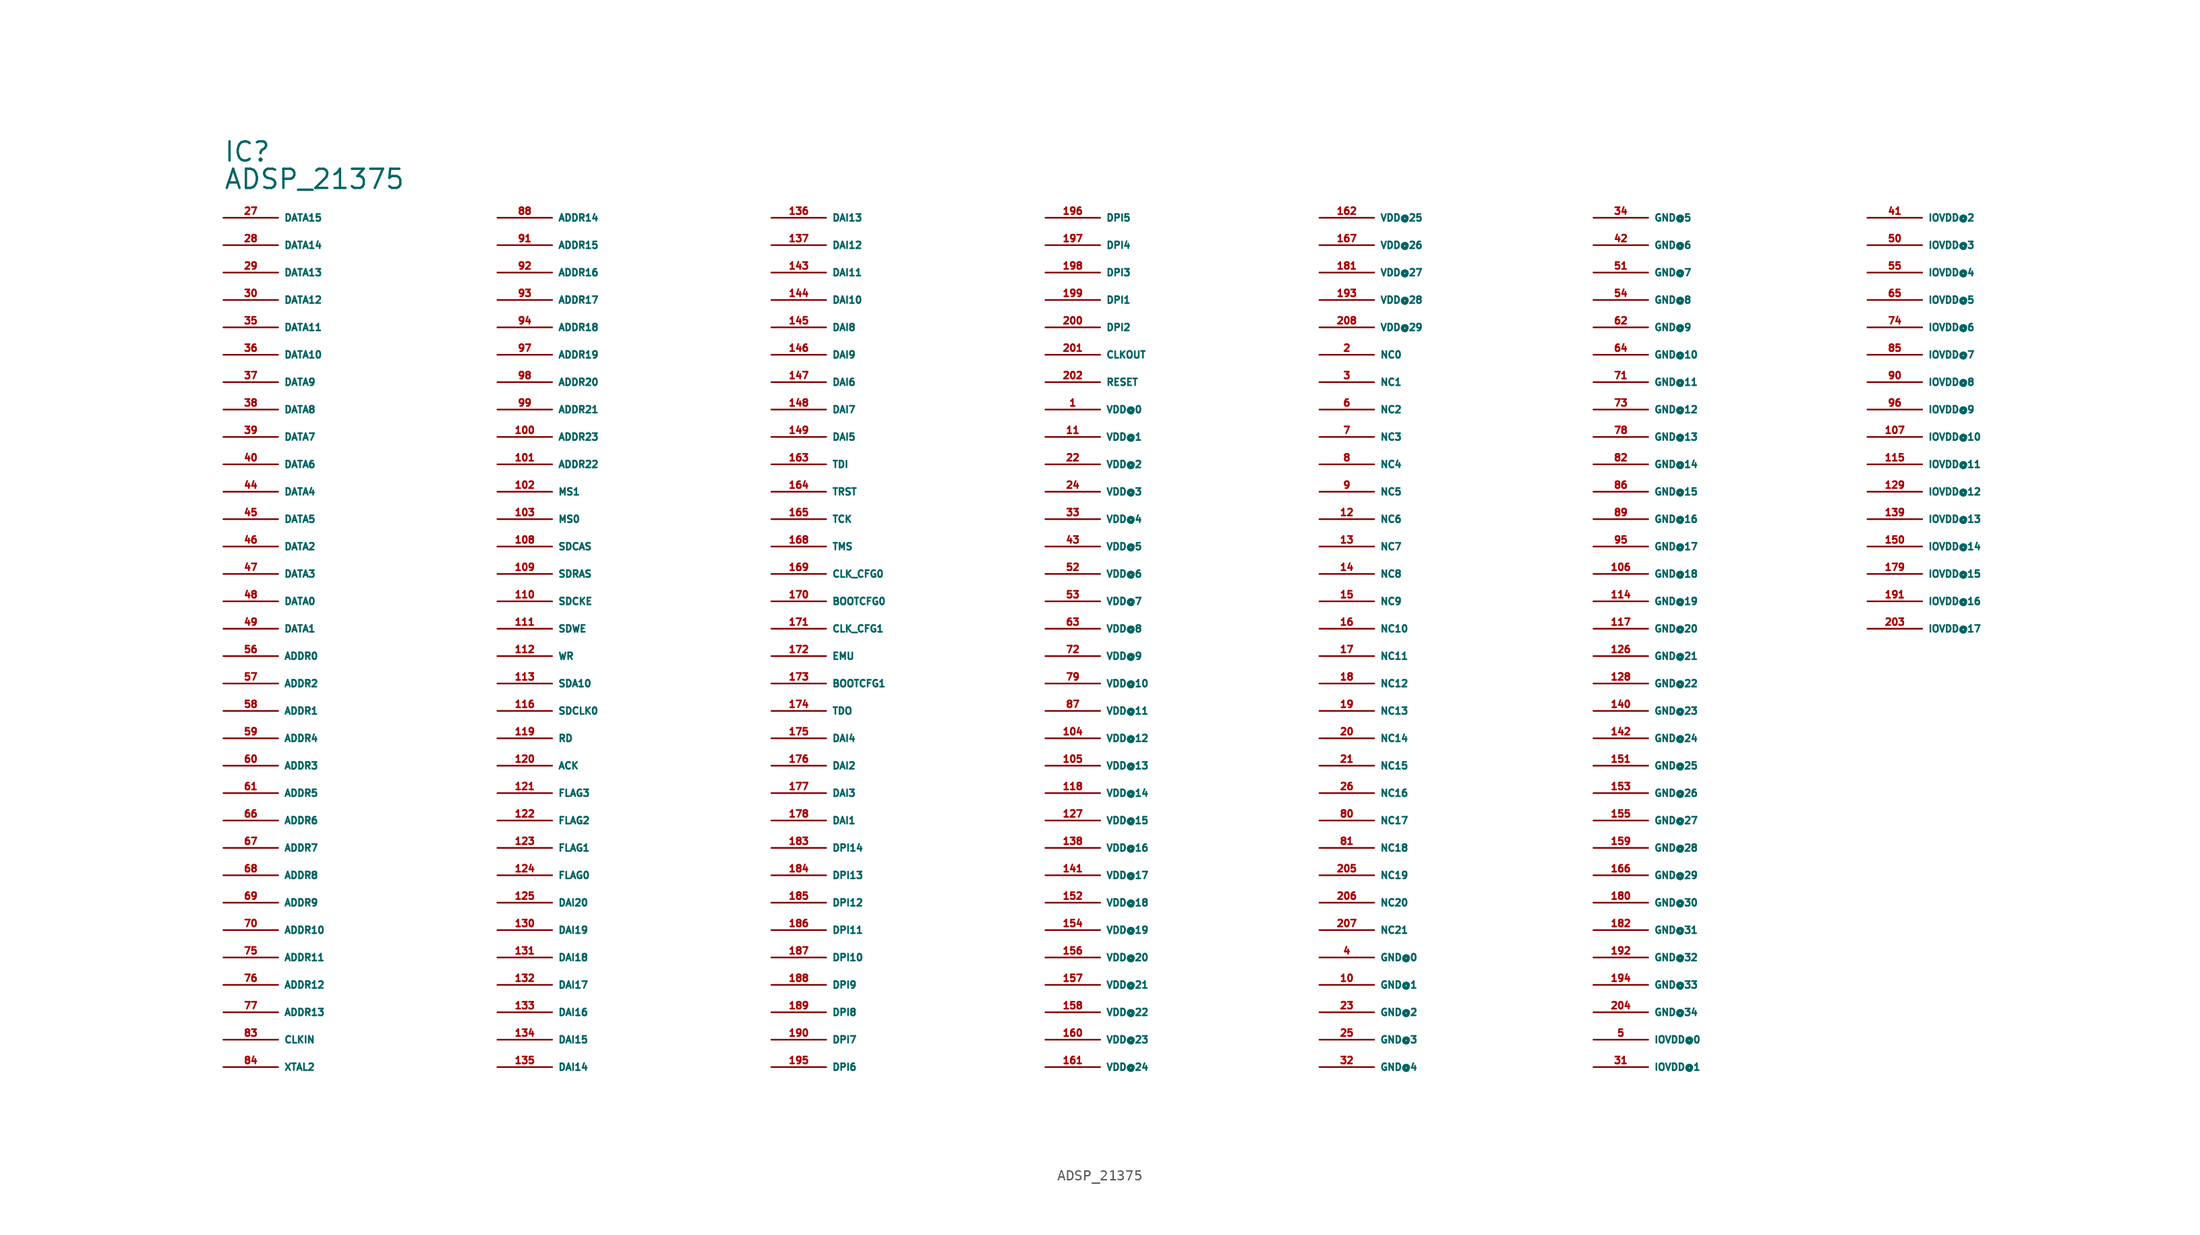
<source format=kicad_sym>
(kicad_symbol_lib
  (version 20220914)
  (generator Eagle2Kicad)
  (symbol "ADSP_21375"
    (property "Reference" "IC"
      (at -81.28 45.72 0)
      (effects (font (size 1.778 1.778) (thickness 0.22)) (justify left bottom)))
    (property "Value" "ADSP_21375"
      (at -81.28 43.18 0)
      (effects (font (size 1.778 1.778) (thickness 0.22)) (justify left bottom)))
    (pin bidirectional line
      (at -81.28 40.64 0)
      (length 5.08)
      (name "DATA15" (effects (font (size 0.635 0.635) (thickness 0.08)) (justify left bottom)))
      (number "27" (effects (font (size 0.635 0.635) (thickness 0.08)) (justify left bottom))))
    (pin bidirectional line
      (at -81.28 38.1 0)
      (length 5.08)
      (name "DATA14" (effects (font (size 0.635 0.635) (thickness 0.08)) (justify left bottom)))
      (number "28" (effects (font (size 0.635 0.635) (thickness 0.08)) (justify left bottom))))
    (pin bidirectional line
      (at -81.28 35.56 0)
      (length 5.08)
      (name "DATA13" (effects (font (size 0.635 0.635) (thickness 0.08)) (justify left bottom)))
      (number "29" (effects (font (size 0.635 0.635) (thickness 0.08)) (justify left bottom))))
    (pin bidirectional line
      (at -81.28 33.02 0)
      (length 5.08)
      (name "DATA12" (effects (font (size 0.635 0.635) (thickness 0.08)) (justify left bottom)))
      (number "30" (effects (font (size 0.635 0.635) (thickness 0.08)) (justify left bottom))))
    (pin bidirectional line
      (at -81.28 30.48 0)
      (length 5.08)
      (name "DATA11" (effects (font (size 0.635 0.635) (thickness 0.08)) (justify left bottom)))
      (number "35" (effects (font (size 0.635 0.635) (thickness 0.08)) (justify left bottom))))
    (pin bidirectional line
      (at -81.28 27.94 0)
      (length 5.08)
      (name "DATA10" (effects (font (size 0.635 0.635) (thickness 0.08)) (justify left bottom)))
      (number "36" (effects (font (size 0.635 0.635) (thickness 0.08)) (justify left bottom))))
    (pin bidirectional line
      (at -81.28 25.4 0)
      (length 5.08)
      (name "DATA9" (effects (font (size 0.635 0.635) (thickness 0.08)) (justify left bottom)))
      (number "37" (effects (font (size 0.635 0.635) (thickness 0.08)) (justify left bottom))))
    (pin bidirectional line
      (at -81.28 22.86 0)
      (length 5.08)
      (name "DATA8" (effects (font (size 0.635 0.635) (thickness 0.08)) (justify left bottom)))
      (number "38" (effects (font (size 0.635 0.635) (thickness 0.08)) (justify left bottom))))
    (pin bidirectional line
      (at -81.28 20.32 0)
      (length 5.08)
      (name "DATA7" (effects (font (size 0.635 0.635) (thickness 0.08)) (justify left bottom)))
      (number "39" (effects (font (size 0.635 0.635) (thickness 0.08)) (justify left bottom))))
    (pin bidirectional line
      (at -81.28 17.78 0)
      (length 5.08)
      (name "DATA6" (effects (font (size 0.635 0.635) (thickness 0.08)) (justify left bottom)))
      (number "40" (effects (font (size 0.635 0.635) (thickness 0.08)) (justify left bottom))))
    (pin bidirectional line
      (at -81.28 15.24 0)
      (length 5.08)
      (name "DATA4" (effects (font (size 0.635 0.635) (thickness 0.08)) (justify left bottom)))
      (number "44" (effects (font (size 0.635 0.635) (thickness 0.08)) (justify left bottom))))
    (pin bidirectional line
      (at -81.28 12.7 0)
      (length 5.08)
      (name "DATA5" (effects (font (size 0.635 0.635) (thickness 0.08)) (justify left bottom)))
      (number "45" (effects (font (size 0.635 0.635) (thickness 0.08)) (justify left bottom))))
    (pin bidirectional line
      (at -81.28 10.16 0)
      (length 5.08)
      (name "DATA2" (effects (font (size 0.635 0.635) (thickness 0.08)) (justify left bottom)))
      (number "46" (effects (font (size 0.635 0.635) (thickness 0.08)) (justify left bottom))))
    (pin bidirectional line
      (at -81.28 7.62 0)
      (length 5.08)
      (name "DATA3" (effects (font (size 0.635 0.635) (thickness 0.08)) (justify left bottom)))
      (number "47" (effects (font (size 0.635 0.635) (thickness 0.08)) (justify left bottom))))
    (pin bidirectional line
      (at -81.28 5.08 0)
      (length 5.08)
      (name "DATA0" (effects (font (size 0.635 0.635) (thickness 0.08)) (justify left bottom)))
      (number "48" (effects (font (size 0.635 0.635) (thickness 0.08)) (justify left bottom))))
    (pin bidirectional line
      (at -81.28 2.54 0)
      (length 5.08)
      (name "DATA1" (effects (font (size 0.635 0.635) (thickness 0.08)) (justify left bottom)))
      (number "49" (effects (font (size 0.635 0.635) (thickness 0.08)) (justify left bottom))))
    (pin output line
      (at -81.28 0 0)
      (length 5.08)
      (name "ADDR0" (effects (font (size 0.635 0.635) (thickness 0.08)) (justify left bottom)))
      (number "56" (effects (font (size 0.635 0.635) (thickness 0.08)) (justify left bottom))))
    (pin output line
      (at -81.28 -2.54 0)
      (length 5.08)
      (name "ADDR2" (effects (font (size 0.635 0.635) (thickness 0.08)) (justify left bottom)))
      (number "57" (effects (font (size 0.635 0.635) (thickness 0.08)) (justify left bottom))))
    (pin output line
      (at -81.28 -5.08 0)
      (length 5.08)
      (name "ADDR1" (effects (font (size 0.635 0.635) (thickness 0.08)) (justify left bottom)))
      (number "58" (effects (font (size 0.635 0.635) (thickness 0.08)) (justify left bottom))))
    (pin output line
      (at -81.28 -7.62 0)
      (length 5.08)
      (name "ADDR4" (effects (font (size 0.635 0.635) (thickness 0.08)) (justify left bottom)))
      (number "59" (effects (font (size 0.635 0.635) (thickness 0.08)) (justify left bottom))))
    (pin output line
      (at -81.28 -10.16 0)
      (length 5.08)
      (name "ADDR3" (effects (font (size 0.635 0.635) (thickness 0.08)) (justify left bottom)))
      (number "60" (effects (font (size 0.635 0.635) (thickness 0.08)) (justify left bottom))))
    (pin output line
      (at -81.28 -12.7 0)
      (length 5.08)
      (name "ADDR5" (effects (font (size 0.635 0.635) (thickness 0.08)) (justify left bottom)))
      (number "61" (effects (font (size 0.635 0.635) (thickness 0.08)) (justify left bottom))))
    (pin output line
      (at -81.28 -15.24 0)
      (length 5.08)
      (name "ADDR6" (effects (font (size 0.635 0.635) (thickness 0.08)) (justify left bottom)))
      (number "66" (effects (font (size 0.635 0.635) (thickness 0.08)) (justify left bottom))))
    (pin output line
      (at -81.28 -17.78 0)
      (length 5.08)
      (name "ADDR7" (effects (font (size 0.635 0.635) (thickness 0.08)) (justify left bottom)))
      (number "67" (effects (font (size 0.635 0.635) (thickness 0.08)) (justify left bottom))))
    (pin output line
      (at -81.28 -20.32 0)
      (length 5.08)
      (name "ADDR8" (effects (font (size 0.635 0.635) (thickness 0.08)) (justify left bottom)))
      (number "68" (effects (font (size 0.635 0.635) (thickness 0.08)) (justify left bottom))))
    (pin output line
      (at -81.28 -22.86 0)
      (length 5.08)
      (name "ADDR9" (effects (font (size 0.635 0.635) (thickness 0.08)) (justify left bottom)))
      (number "69" (effects (font (size 0.635 0.635) (thickness 0.08)) (justify left bottom))))
    (pin output line
      (at -81.28 -25.4 0)
      (length 5.08)
      (name "ADDR10" (effects (font (size 0.635 0.635) (thickness 0.08)) (justify left bottom)))
      (number "70" (effects (font (size 0.635 0.635) (thickness 0.08)) (justify left bottom))))
    (pin output line
      (at -81.28 -27.94 0)
      (length 5.08)
      (name "ADDR11" (effects (font (size 0.635 0.635) (thickness 0.08)) (justify left bottom)))
      (number "75" (effects (font (size 0.635 0.635) (thickness 0.08)) (justify left bottom))))
    (pin output line
      (at -81.28 -30.48 0)
      (length 5.08)
      (name "ADDR12" (effects (font (size 0.635 0.635) (thickness 0.08)) (justify left bottom)))
      (number "76" (effects (font (size 0.635 0.635) (thickness 0.08)) (justify left bottom))))
    (pin output line
      (at -81.28 -33.02 0)
      (length 5.08)
      (name "ADDR13" (effects (font (size 0.635 0.635) (thickness 0.08)) (justify left bottom)))
      (number "77" (effects (font (size 0.635 0.635) (thickness 0.08)) (justify left bottom))))
    (pin input line
      (at -81.28 -35.56 0)
      (length 5.08)
      (name "CLKIN" (effects (font (size 0.635 0.635) (thickness 0.08)) (justify left bottom)))
      (number "83" (effects (font (size 0.635 0.635) (thickness 0.08)) (justify left bottom))))
    (pin output line
      (at -81.28 -38.1 0)
      (length 5.08)
      (name "XTAL2" (effects (font (size 0.635 0.635) (thickness 0.08)) (justify left bottom)))
      (number "84" (effects (font (size 0.635 0.635) (thickness 0.08)) (justify left bottom))))
    (pin output line
      (at -55.88 40.64 0)
      (length 5.08)
      (name "ADDR14" (effects (font (size 0.635 0.635) (thickness 0.08)) (justify left bottom)))
      (number "88" (effects (font (size 0.635 0.635) (thickness 0.08)) (justify left bottom))))
    (pin output line
      (at -55.88 38.1 0)
      (length 5.08)
      (name "ADDR15" (effects (font (size 0.635 0.635) (thickness 0.08)) (justify left bottom)))
      (number "91" (effects (font (size 0.635 0.635) (thickness 0.08)) (justify left bottom))))
    (pin output line
      (at -55.88 35.56 0)
      (length 5.08)
      (name "ADDR16" (effects (font (size 0.635 0.635) (thickness 0.08)) (justify left bottom)))
      (number "92" (effects (font (size 0.635 0.635) (thickness 0.08)) (justify left bottom))))
    (pin output line
      (at -55.88 33.02 0)
      (length 5.08)
      (name "ADDR17" (effects (font (size 0.635 0.635) (thickness 0.08)) (justify left bottom)))
      (number "93" (effects (font (size 0.635 0.635) (thickness 0.08)) (justify left bottom))))
    (pin output line
      (at -55.88 30.48 0)
      (length 5.08)
      (name "ADDR18" (effects (font (size 0.635 0.635) (thickness 0.08)) (justify left bottom)))
      (number "94" (effects (font (size 0.635 0.635) (thickness 0.08)) (justify left bottom))))
    (pin output line
      (at -55.88 27.94 0)
      (length 5.08)
      (name "ADDR19" (effects (font (size 0.635 0.635) (thickness 0.08)) (justify left bottom)))
      (number "97" (effects (font (size 0.635 0.635) (thickness 0.08)) (justify left bottom))))
    (pin output line
      (at -55.88 25.4 0)
      (length 5.08)
      (name "ADDR20" (effects (font (size 0.635 0.635) (thickness 0.08)) (justify left bottom)))
      (number "98" (effects (font (size 0.635 0.635) (thickness 0.08)) (justify left bottom))))
    (pin output line
      (at -55.88 22.86 0)
      (length 5.08)
      (name "ADDR21" (effects (font (size 0.635 0.635) (thickness 0.08)) (justify left bottom)))
      (number "99" (effects (font (size 0.635 0.635) (thickness 0.08)) (justify left bottom))))
    (pin output line
      (at -55.88 20.32 0)
      (length 5.08)
      (name "ADDR23" (effects (font (size 0.635 0.635) (thickness 0.08)) (justify left bottom)))
      (number "100" (effects (font (size 0.635 0.635) (thickness 0.08)) (justify left bottom))))
    (pin output line
      (at -55.88 17.78 0)
      (length 5.08)
      (name "ADDR22" (effects (font (size 0.635 0.635) (thickness 0.08)) (justify left bottom)))
      (number "101" (effects (font (size 0.635 0.635) (thickness 0.08)) (justify left bottom))))
    (pin output line
      (at -55.88 15.24 0)
      (length 5.08)
      (name "MS1" (effects (font (size 0.635 0.635) (thickness 0.08)) (justify left bottom)))
      (number "102" (effects (font (size 0.635 0.635) (thickness 0.08)) (justify left bottom))))
    (pin output line
      (at -55.88 12.7 0)
      (length 5.08)
      (name "MS0" (effects (font (size 0.635 0.635) (thickness 0.08)) (justify left bottom)))
      (number "103" (effects (font (size 0.635 0.635) (thickness 0.08)) (justify left bottom))))
    (pin output line
      (at -55.88 10.16 0)
      (length 5.08)
      (name "SDCAS" (effects (font (size 0.635 0.635) (thickness 0.08)) (justify left bottom)))
      (number "108" (effects (font (size 0.635 0.635) (thickness 0.08)) (justify left bottom))))
    (pin output line
      (at -55.88 7.62 0)
      (length 5.08)
      (name "SDRAS" (effects (font (size 0.635 0.635) (thickness 0.08)) (justify left bottom)))
      (number "109" (effects (font (size 0.635 0.635) (thickness 0.08)) (justify left bottom))))
    (pin output line
      (at -55.88 5.08 0)
      (length 5.08)
      (name "SDCKE" (effects (font (size 0.635 0.635) (thickness 0.08)) (justify left bottom)))
      (number "110" (effects (font (size 0.635 0.635) (thickness 0.08)) (justify left bottom))))
    (pin output line
      (at -55.88 2.54 0)
      (length 5.08)
      (name "SDWE" (effects (font (size 0.635 0.635) (thickness 0.08)) (justify left bottom)))
      (number "111" (effects (font (size 0.635 0.635) (thickness 0.08)) (justify left bottom))))
    (pin output line
      (at -55.88 0 0)
      (length 5.08)
      (name "WR" (effects (font (size 0.635 0.635) (thickness 0.08)) (justify left bottom)))
      (number "112" (effects (font (size 0.635 0.635) (thickness 0.08)) (justify left bottom))))
    (pin output line
      (at -55.88 -2.54 0)
      (length 5.08)
      (name "SDA10" (effects (font (size 0.635 0.635) (thickness 0.08)) (justify left bottom)))
      (number "113" (effects (font (size 0.635 0.635) (thickness 0.08)) (justify left bottom))))
    (pin output line
      (at -55.88 -5.08 0)
      (length 5.08)
      (name "SDCLK0" (effects (font (size 0.635 0.635) (thickness 0.08)) (justify left bottom)))
      (number "116" (effects (font (size 0.635 0.635) (thickness 0.08)) (justify left bottom))))
    (pin output line
      (at -55.88 -7.62 0)
      (length 5.08)
      (name "RD" (effects (font (size 0.635 0.635) (thickness 0.08)) (justify left bottom)))
      (number "119" (effects (font (size 0.635 0.635) (thickness 0.08)) (justify left bottom))))
    (pin input line
      (at -55.88 -10.16 0)
      (length 5.08)
      (name "ACK" (effects (font (size 0.635 0.635) (thickness 0.08)) (justify left bottom)))
      (number "120" (effects (font (size 0.635 0.635) (thickness 0.08)) (justify left bottom))))
    (pin bidirectional line
      (at -55.88 -12.7 0)
      (length 5.08)
      (name "FLAG3" (effects (font (size 0.635 0.635) (thickness 0.08)) (justify left bottom)))
      (number "121" (effects (font (size 0.635 0.635) (thickness 0.08)) (justify left bottom))))
    (pin bidirectional line
      (at -55.88 -15.24 0)
      (length 5.08)
      (name "FLAG2" (effects (font (size 0.635 0.635) (thickness 0.08)) (justify left bottom)))
      (number "122" (effects (font (size 0.635 0.635) (thickness 0.08)) (justify left bottom))))
    (pin bidirectional line
      (at -55.88 -17.78 0)
      (length 5.08)
      (name "FLAG1" (effects (font (size 0.635 0.635) (thickness 0.08)) (justify left bottom)))
      (number "123" (effects (font (size 0.635 0.635) (thickness 0.08)) (justify left bottom))))
    (pin bidirectional line
      (at -55.88 -20.32 0)
      (length 5.08)
      (name "FLAG0" (effects (font (size 0.635 0.635) (thickness 0.08)) (justify left bottom)))
      (number "124" (effects (font (size 0.635 0.635) (thickness 0.08)) (justify left bottom))))
    (pin bidirectional line
      (at -55.88 -22.86 0)
      (length 5.08)
      (name "DAI20" (effects (font (size 0.635 0.635) (thickness 0.08)) (justify left bottom)))
      (number "125" (effects (font (size 0.635 0.635) (thickness 0.08)) (justify left bottom))))
    (pin bidirectional line
      (at -55.88 -25.4 0)
      (length 5.08)
      (name "DAI19" (effects (font (size 0.635 0.635) (thickness 0.08)) (justify left bottom)))
      (number "130" (effects (font (size 0.635 0.635) (thickness 0.08)) (justify left bottom))))
    (pin bidirectional line
      (at -55.88 -27.94 0)
      (length 5.08)
      (name "DAI18" (effects (font (size 0.635 0.635) (thickness 0.08)) (justify left bottom)))
      (number "131" (effects (font (size 0.635 0.635) (thickness 0.08)) (justify left bottom))))
    (pin bidirectional line
      (at -55.88 -30.48 0)
      (length 5.08)
      (name "DAI17" (effects (font (size 0.635 0.635) (thickness 0.08)) (justify left bottom)))
      (number "132" (effects (font (size 0.635 0.635) (thickness 0.08)) (justify left bottom))))
    (pin bidirectional line
      (at -55.88 -33.02 0)
      (length 5.08)
      (name "DAI16" (effects (font (size 0.635 0.635) (thickness 0.08)) (justify left bottom)))
      (number "133" (effects (font (size 0.635 0.635) (thickness 0.08)) (justify left bottom))))
    (pin bidirectional line
      (at -55.88 -35.56 0)
      (length 5.08)
      (name "DAI15" (effects (font (size 0.635 0.635) (thickness 0.08)) (justify left bottom)))
      (number "134" (effects (font (size 0.635 0.635) (thickness 0.08)) (justify left bottom))))
    (pin bidirectional line
      (at -55.88 -38.1 0)
      (length 5.08)
      (name "DAI14" (effects (font (size 0.635 0.635) (thickness 0.08)) (justify left bottom)))
      (number "135" (effects (font (size 0.635 0.635) (thickness 0.08)) (justify left bottom))))
    (pin bidirectional line
      (at -30.48 40.64 0)
      (length 5.08)
      (name "DAI13" (effects (font (size 0.635 0.635) (thickness 0.08)) (justify left bottom)))
      (number "136" (effects (font (size 0.635 0.635) (thickness 0.08)) (justify left bottom))))
    (pin bidirectional line
      (at -30.48 38.1 0)
      (length 5.08)
      (name "DAI12" (effects (font (size 0.635 0.635) (thickness 0.08)) (justify left bottom)))
      (number "137" (effects (font (size 0.635 0.635) (thickness 0.08)) (justify left bottom))))
    (pin bidirectional line
      (at -30.48 35.56 0)
      (length 5.08)
      (name "DAI11" (effects (font (size 0.635 0.635) (thickness 0.08)) (justify left bottom)))
      (number "143" (effects (font (size 0.635 0.635) (thickness 0.08)) (justify left bottom))))
    (pin bidirectional line
      (at -30.48 33.02 0)
      (length 5.08)
      (name "DAI10" (effects (font (size 0.635 0.635) (thickness 0.08)) (justify left bottom)))
      (number "144" (effects (font (size 0.635 0.635) (thickness 0.08)) (justify left bottom))))
    (pin bidirectional line
      (at -30.48 30.48 0)
      (length 5.08)
      (name "DAI8" (effects (font (size 0.635 0.635) (thickness 0.08)) (justify left bottom)))
      (number "145" (effects (font (size 0.635 0.635) (thickness 0.08)) (justify left bottom))))
    (pin bidirectional line
      (at -30.48 27.94 0)
      (length 5.08)
      (name "DAI9" (effects (font (size 0.635 0.635) (thickness 0.08)) (justify left bottom)))
      (number "146" (effects (font (size 0.635 0.635) (thickness 0.08)) (justify left bottom))))
    (pin bidirectional line
      (at -30.48 25.4 0)
      (length 5.08)
      (name "DAI6" (effects (font (size 0.635 0.635) (thickness 0.08)) (justify left bottom)))
      (number "147" (effects (font (size 0.635 0.635) (thickness 0.08)) (justify left bottom))))
    (pin bidirectional line
      (at -30.48 22.86 0)
      (length 5.08)
      (name "DAI7" (effects (font (size 0.635 0.635) (thickness 0.08)) (justify left bottom)))
      (number "148" (effects (font (size 0.635 0.635) (thickness 0.08)) (justify left bottom))))
    (pin bidirectional line
      (at -30.48 20.32 0)
      (length 5.08)
      (name "DAI5" (effects (font (size 0.635 0.635) (thickness 0.08)) (justify left bottom)))
      (number "149" (effects (font (size 0.635 0.635) (thickness 0.08)) (justify left bottom))))
    (pin input line
      (at -30.48 17.78 0)
      (length 5.08)
      (name "TDI" (effects (font (size 0.635 0.635) (thickness 0.08)) (justify left bottom)))
      (number "163" (effects (font (size 0.635 0.635) (thickness 0.08)) (justify left bottom))))
    (pin input line
      (at -30.48 15.24 0)
      (length 5.08)
      (name "TRST" (effects (font (size 0.635 0.635) (thickness 0.08)) (justify left bottom)))
      (number "164" (effects (font (size 0.635 0.635) (thickness 0.08)) (justify left bottom))))
    (pin input line
      (at -30.48 12.7 0)
      (length 5.08)
      (name "TCK" (effects (font (size 0.635 0.635) (thickness 0.08)) (justify left bottom)))
      (number "165" (effects (font (size 0.635 0.635) (thickness 0.08)) (justify left bottom))))
    (pin input line
      (at -30.48 10.16 0)
      (length 5.08)
      (name "TMS" (effects (font (size 0.635 0.635) (thickness 0.08)) (justify left bottom)))
      (number "168" (effects (font (size 0.635 0.635) (thickness 0.08)) (justify left bottom))))
    (pin input line
      (at -30.48 7.62 0)
      (length 5.08)
      (name "CLK_CFG0" (effects (font (size 0.635 0.635) (thickness 0.08)) (justify left bottom)))
      (number "169" (effects (font (size 0.635 0.635) (thickness 0.08)) (justify left bottom))))
    (pin input line
      (at -30.48 5.08 0)
      (length 5.08)
      (name "BOOTCFG0" (effects (font (size 0.635 0.635) (thickness 0.08)) (justify left bottom)))
      (number "170" (effects (font (size 0.635 0.635) (thickness 0.08)) (justify left bottom))))
    (pin input line
      (at -30.48 2.54 0)
      (length 5.08)
      (name "CLK_CFG1" (effects (font (size 0.635 0.635) (thickness 0.08)) (justify left bottom)))
      (number "171" (effects (font (size 0.635 0.635) (thickness 0.08)) (justify left bottom))))
    (pin output line
      (at -30.48 0 0)
      (length 5.08)
      (name "EMU" (effects (font (size 0.635 0.635) (thickness 0.08)) (justify left bottom)))
      (number "172" (effects (font (size 0.635 0.635) (thickness 0.08)) (justify left bottom))))
    (pin input line
      (at -30.48 -2.54 0)
      (length 5.08)
      (name "BOOTCFG1" (effects (font (size 0.635 0.635) (thickness 0.08)) (justify left bottom)))
      (number "173" (effects (font (size 0.635 0.635) (thickness 0.08)) (justify left bottom))))
    (pin output line
      (at -30.48 -5.08 0)
      (length 5.08)
      (name "TDO" (effects (font (size 0.635 0.635) (thickness 0.08)) (justify left bottom)))
      (number "174" (effects (font (size 0.635 0.635) (thickness 0.08)) (justify left bottom))))
    (pin bidirectional line
      (at -30.48 -7.62 0)
      (length 5.08)
      (name "DAI4" (effects (font (size 0.635 0.635) (thickness 0.08)) (justify left bottom)))
      (number "175" (effects (font (size 0.635 0.635) (thickness 0.08)) (justify left bottom))))
    (pin bidirectional line
      (at -30.48 -10.16 0)
      (length 5.08)
      (name "DAI2" (effects (font (size 0.635 0.635) (thickness 0.08)) (justify left bottom)))
      (number "176" (effects (font (size 0.635 0.635) (thickness 0.08)) (justify left bottom))))
    (pin bidirectional line
      (at -30.48 -12.7 0)
      (length 5.08)
      (name "DAI3" (effects (font (size 0.635 0.635) (thickness 0.08)) (justify left bottom)))
      (number "177" (effects (font (size 0.635 0.635) (thickness 0.08)) (justify left bottom))))
    (pin bidirectional line
      (at -30.48 -15.24 0)
      (length 5.08)
      (name "DAI1" (effects (font (size 0.635 0.635) (thickness 0.08)) (justify left bottom)))
      (number "178" (effects (font (size 0.635 0.635) (thickness 0.08)) (justify left bottom))))
    (pin bidirectional line
      (at -30.48 -17.78 0)
      (length 5.08)
      (name "DPI14" (effects (font (size 0.635 0.635) (thickness 0.08)) (justify left bottom)))
      (number "183" (effects (font (size 0.635 0.635) (thickness 0.08)) (justify left bottom))))
    (pin bidirectional line
      (at -30.48 -20.32 0)
      (length 5.08)
      (name "DPI13" (effects (font (size 0.635 0.635) (thickness 0.08)) (justify left bottom)))
      (number "184" (effects (font (size 0.635 0.635) (thickness 0.08)) (justify left bottom))))
    (pin bidirectional line
      (at -30.48 -22.86 0)
      (length 5.08)
      (name "DPI12" (effects (font (size 0.635 0.635) (thickness 0.08)) (justify left bottom)))
      (number "185" (effects (font (size 0.635 0.635) (thickness 0.08)) (justify left bottom))))
    (pin bidirectional line
      (at -30.48 -25.4 0)
      (length 5.08)
      (name "DPI11" (effects (font (size 0.635 0.635) (thickness 0.08)) (justify left bottom)))
      (number "186" (effects (font (size 0.635 0.635) (thickness 0.08)) (justify left bottom))))
    (pin bidirectional line
      (at -30.48 -27.94 0)
      (length 5.08)
      (name "DPI10" (effects (font (size 0.635 0.635) (thickness 0.08)) (justify left bottom)))
      (number "187" (effects (font (size 0.635 0.635) (thickness 0.08)) (justify left bottom))))
    (pin bidirectional line
      (at -30.48 -30.48 0)
      (length 5.08)
      (name "DPI9" (effects (font (size 0.635 0.635) (thickness 0.08)) (justify left bottom)))
      (number "188" (effects (font (size 0.635 0.635) (thickness 0.08)) (justify left bottom))))
    (pin bidirectional line
      (at -30.48 -33.02 0)
      (length 5.08)
      (name "DPI8" (effects (font (size 0.635 0.635) (thickness 0.08)) (justify left bottom)))
      (number "189" (effects (font (size 0.635 0.635) (thickness 0.08)) (justify left bottom))))
    (pin bidirectional line
      (at -30.48 -35.56 0)
      (length 5.08)
      (name "DPI7" (effects (font (size 0.635 0.635) (thickness 0.08)) (justify left bottom)))
      (number "190" (effects (font (size 0.635 0.635) (thickness 0.08)) (justify left bottom))))
    (pin bidirectional line
      (at -30.48 -38.1 0)
      (length 5.08)
      (name "DPI6" (effects (font (size 0.635 0.635) (thickness 0.08)) (justify left bottom)))
      (number "195" (effects (font (size 0.635 0.635) (thickness 0.08)) (justify left bottom))))
    (pin bidirectional line
      (at -5.08 40.64 0)
      (length 5.08)
      (name "DPI5" (effects (font (size 0.635 0.635) (thickness 0.08)) (justify left bottom)))
      (number "196" (effects (font (size 0.635 0.635) (thickness 0.08)) (justify left bottom))))
    (pin bidirectional line
      (at -5.08 38.1 0)
      (length 5.08)
      (name "DPI4" (effects (font (size 0.635 0.635) (thickness 0.08)) (justify left bottom)))
      (number "197" (effects (font (size 0.635 0.635) (thickness 0.08)) (justify left bottom))))
    (pin bidirectional line
      (at -5.08 35.56 0)
      (length 5.08)
      (name "DPI3" (effects (font (size 0.635 0.635) (thickness 0.08)) (justify left bottom)))
      (number "198" (effects (font (size 0.635 0.635) (thickness 0.08)) (justify left bottom))))
    (pin bidirectional line
      (at -5.08 33.02 0)
      (length 5.08)
      (name "DPI1" (effects (font (size 0.635 0.635) (thickness 0.08)) (justify left bottom)))
      (number "199" (effects (font (size 0.635 0.635) (thickness 0.08)) (justify left bottom))))
    (pin bidirectional line
      (at -5.08 30.48 0)
      (length 5.08)
      (name "DPI2" (effects (font (size 0.635 0.635) (thickness 0.08)) (justify left bottom)))
      (number "200" (effects (font (size 0.635 0.635) (thickness 0.08)) (justify left bottom))))
    (pin bidirectional line
      (at -5.08 27.94 0)
      (length 5.08)
      (name "CLKOUT" (effects (font (size 0.635 0.635) (thickness 0.08)) (justify left bottom)))
      (number "201" (effects (font (size 0.635 0.635) (thickness 0.08)) (justify left bottom))))
    (pin input line
      (at -5.08 25.4 0)
      (length 5.08)
      (name "RESET" (effects (font (size 0.635 0.635) (thickness 0.08)) (justify left bottom)))
      (number "202" (effects (font (size 0.635 0.635) (thickness 0.08)) (justify left bottom))))
    (pin unspecified line
      (at -5.08 22.86 0)
      (length 5.08)
      (name "VDD@0" (effects (font (size 0.635 0.635) (thickness 0.08)) (justify left bottom)))
      (number "1" (effects (font (size 0.635 0.635) (thickness 0.08)) (justify left bottom))))
    (pin unspecified line
      (at -5.08 20.32 0)
      (length 5.08)
      (name "VDD@1" (effects (font (size 0.635 0.635) (thickness 0.08)) (justify left bottom)))
      (number "11" (effects (font (size 0.635 0.635) (thickness 0.08)) (justify left bottom))))
    (pin unspecified line
      (at -5.08 17.78 0)
      (length 5.08)
      (name "VDD@2" (effects (font (size 0.635 0.635) (thickness 0.08)) (justify left bottom)))
      (number "22" (effects (font (size 0.635 0.635) (thickness 0.08)) (justify left bottom))))
    (pin unspecified line
      (at -5.08 15.24 0)
      (length 5.08)
      (name "VDD@3" (effects (font (size 0.635 0.635) (thickness 0.08)) (justify left bottom)))
      (number "24" (effects (font (size 0.635 0.635) (thickness 0.08)) (justify left bottom))))
    (pin unspecified line
      (at -5.08 12.7 0)
      (length 5.08)
      (name "VDD@4" (effects (font (size 0.635 0.635) (thickness 0.08)) (justify left bottom)))
      (number "33" (effects (font (size 0.635 0.635) (thickness 0.08)) (justify left bottom))))
    (pin unspecified line
      (at -5.08 10.16 0)
      (length 5.08)
      (name "VDD@5" (effects (font (size 0.635 0.635) (thickness 0.08)) (justify left bottom)))
      (number "43" (effects (font (size 0.635 0.635) (thickness 0.08)) (justify left bottom))))
    (pin unspecified line
      (at -5.08 7.62 0)
      (length 5.08)
      (name "VDD@6" (effects (font (size 0.635 0.635) (thickness 0.08)) (justify left bottom)))
      (number "52" (effects (font (size 0.635 0.635) (thickness 0.08)) (justify left bottom))))
    (pin unspecified line
      (at -5.08 5.08 0)
      (length 5.08)
      (name "VDD@7" (effects (font (size 0.635 0.635) (thickness 0.08)) (justify left bottom)))
      (number "53" (effects (font (size 0.635 0.635) (thickness 0.08)) (justify left bottom))))
    (pin unspecified line
      (at -5.08 2.54 0)
      (length 5.08)
      (name "VDD@8" (effects (font (size 0.635 0.635) (thickness 0.08)) (justify left bottom)))
      (number "63" (effects (font (size 0.635 0.635) (thickness 0.08)) (justify left bottom))))
    (pin unspecified line
      (at -5.08 0 0)
      (length 5.08)
      (name "VDD@9" (effects (font (size 0.635 0.635) (thickness 0.08)) (justify left bottom)))
      (number "72" (effects (font (size 0.635 0.635) (thickness 0.08)) (justify left bottom))))
    (pin unspecified line
      (at -5.08 -2.54 0)
      (length 5.08)
      (name "VDD@10" (effects (font (size 0.635 0.635) (thickness 0.08)) (justify left bottom)))
      (number "79" (effects (font (size 0.635 0.635) (thickness 0.08)) (justify left bottom))))
    (pin unspecified line
      (at -5.08 -5.08 0)
      (length 5.08)
      (name "VDD@11" (effects (font (size 0.635 0.635) (thickness 0.08)) (justify left bottom)))
      (number "87" (effects (font (size 0.635 0.635) (thickness 0.08)) (justify left bottom))))
    (pin unspecified line
      (at -5.08 -7.62 0)
      (length 5.08)
      (name "VDD@12" (effects (font (size 0.635 0.635) (thickness 0.08)) (justify left bottom)))
      (number "104" (effects (font (size 0.635 0.635) (thickness 0.08)) (justify left bottom))))
    (pin unspecified line
      (at -5.08 -10.16 0)
      (length 5.08)
      (name "VDD@13" (effects (font (size 0.635 0.635) (thickness 0.08)) (justify left bottom)))
      (number "105" (effects (font (size 0.635 0.635) (thickness 0.08)) (justify left bottom))))
    (pin unspecified line
      (at -5.08 -12.7 0)
      (length 5.08)
      (name "VDD@14" (effects (font (size 0.635 0.635) (thickness 0.08)) (justify left bottom)))
      (number "118" (effects (font (size 0.635 0.635) (thickness 0.08)) (justify left bottom))))
    (pin unspecified line
      (at -5.08 -15.24 0)
      (length 5.08)
      (name "VDD@15" (effects (font (size 0.635 0.635) (thickness 0.08)) (justify left bottom)))
      (number "127" (effects (font (size 0.635 0.635) (thickness 0.08)) (justify left bottom))))
    (pin unspecified line
      (at -5.08 -17.78 0)
      (length 5.08)
      (name "VDD@16" (effects (font (size 0.635 0.635) (thickness 0.08)) (justify left bottom)))
      (number "138" (effects (font (size 0.635 0.635) (thickness 0.08)) (justify left bottom))))
    (pin unspecified line
      (at -5.08 -20.32 0)
      (length 5.08)
      (name "VDD@17" (effects (font (size 0.635 0.635) (thickness 0.08)) (justify left bottom)))
      (number "141" (effects (font (size 0.635 0.635) (thickness 0.08)) (justify left bottom))))
    (pin unspecified line
      (at -5.08 -22.86 0)
      (length 5.08)
      (name "VDD@18" (effects (font (size 0.635 0.635) (thickness 0.08)) (justify left bottom)))
      (number "152" (effects (font (size 0.635 0.635) (thickness 0.08)) (justify left bottom))))
    (pin unspecified line
      (at -5.08 -25.4 0)
      (length 5.08)
      (name "VDD@19" (effects (font (size 0.635 0.635) (thickness 0.08)) (justify left bottom)))
      (number "154" (effects (font (size 0.635 0.635) (thickness 0.08)) (justify left bottom))))
    (pin unspecified line
      (at -5.08 -27.94 0)
      (length 5.08)
      (name "VDD@20" (effects (font (size 0.635 0.635) (thickness 0.08)) (justify left bottom)))
      (number "156" (effects (font (size 0.635 0.635) (thickness 0.08)) (justify left bottom))))
    (pin unspecified line
      (at -5.08 -30.48 0)
      (length 5.08)
      (name "VDD@21" (effects (font (size 0.635 0.635) (thickness 0.08)) (justify left bottom)))
      (number "157" (effects (font (size 0.635 0.635) (thickness 0.08)) (justify left bottom))))
    (pin unspecified line
      (at -5.08 -33.02 0)
      (length 5.08)
      (name "VDD@22" (effects (font (size 0.635 0.635) (thickness 0.08)) (justify left bottom)))
      (number "158" (effects (font (size 0.635 0.635) (thickness 0.08)) (justify left bottom))))
    (pin unspecified line
      (at -5.08 -35.56 0)
      (length 5.08)
      (name "VDD@23" (effects (font (size 0.635 0.635) (thickness 0.08)) (justify left bottom)))
      (number "160" (effects (font (size 0.635 0.635) (thickness 0.08)) (justify left bottom))))
    (pin unspecified line
      (at -5.08 -38.1 0)
      (length 5.08)
      (name "VDD@24" (effects (font (size 0.635 0.635) (thickness 0.08)) (justify left bottom)))
      (number "161" (effects (font (size 0.635 0.635) (thickness 0.08)) (justify left bottom))))
    (pin unspecified line
      (at 20.32 40.64 0)
      (length 5.08)
      (name "VDD@25" (effects (font (size 0.635 0.635) (thickness 0.08)) (justify left bottom)))
      (number "162" (effects (font (size 0.635 0.635) (thickness 0.08)) (justify left bottom))))
    (pin unspecified line
      (at 20.32 38.1 0)
      (length 5.08)
      (name "VDD@26" (effects (font (size 0.635 0.635) (thickness 0.08)) (justify left bottom)))
      (number "167" (effects (font (size 0.635 0.635) (thickness 0.08)) (justify left bottom))))
    (pin unspecified line
      (at 20.32 35.56 0)
      (length 5.08)
      (name "VDD@27" (effects (font (size 0.635 0.635) (thickness 0.08)) (justify left bottom)))
      (number "181" (effects (font (size 0.635 0.635) (thickness 0.08)) (justify left bottom))))
    (pin unspecified line
      (at 20.32 33.02 0)
      (length 5.08)
      (name "VDD@28" (effects (font (size 0.635 0.635) (thickness 0.08)) (justify left bottom)))
      (number "193" (effects (font (size 0.635 0.635) (thickness 0.08)) (justify left bottom))))
    (pin unspecified line
      (at 20.32 30.48 0)
      (length 5.08)
      (name "VDD@29" (effects (font (size 0.635 0.635) (thickness 0.08)) (justify left bottom)))
      (number "208" (effects (font (size 0.635 0.635) (thickness 0.08)) (justify left bottom))))
    (pin passive line
      (at 20.32 27.94 0)
      (length 5.08)
      (name "NC0" (effects (font (size 0.635 0.635) (thickness 0.08)) (justify left bottom)))
      (number "2" (effects (font (size 0.635 0.635) (thickness 0.08)) (justify left bottom))))
    (pin passive line
      (at 20.32 25.4 0)
      (length 5.08)
      (name "NC1" (effects (font (size 0.635 0.635) (thickness 0.08)) (justify left bottom)))
      (number "3" (effects (font (size 0.635 0.635) (thickness 0.08)) (justify left bottom))))
    (pin passive line
      (at 20.32 22.86 0)
      (length 5.08)
      (name "NC2" (effects (font (size 0.635 0.635) (thickness 0.08)) (justify left bottom)))
      (number "6" (effects (font (size 0.635 0.635) (thickness 0.08)) (justify left bottom))))
    (pin passive line
      (at 20.32 20.32 0)
      (length 5.08)
      (name "NC3" (effects (font (size 0.635 0.635) (thickness 0.08)) (justify left bottom)))
      (number "7" (effects (font (size 0.635 0.635) (thickness 0.08)) (justify left bottom))))
    (pin passive line
      (at 20.32 17.78 0)
      (length 5.08)
      (name "NC4" (effects (font (size 0.635 0.635) (thickness 0.08)) (justify left bottom)))
      (number "8" (effects (font (size 0.635 0.635) (thickness 0.08)) (justify left bottom))))
    (pin passive line
      (at 20.32 15.24 0)
      (length 5.08)
      (name "NC5" (effects (font (size 0.635 0.635) (thickness 0.08)) (justify left bottom)))
      (number "9" (effects (font (size 0.635 0.635) (thickness 0.08)) (justify left bottom))))
    (pin passive line
      (at 20.32 12.7 0)
      (length 5.08)
      (name "NC6" (effects (font (size 0.635 0.635) (thickness 0.08)) (justify left bottom)))
      (number "12" (effects (font (size 0.635 0.635) (thickness 0.08)) (justify left bottom))))
    (pin passive line
      (at 20.32 10.16 0)
      (length 5.08)
      (name "NC7" (effects (font (size 0.635 0.635) (thickness 0.08)) (justify left bottom)))
      (number "13" (effects (font (size 0.635 0.635) (thickness 0.08)) (justify left bottom))))
    (pin passive line
      (at 20.32 7.62 0)
      (length 5.08)
      (name "NC8" (effects (font (size 0.635 0.635) (thickness 0.08)) (justify left bottom)))
      (number "14" (effects (font (size 0.635 0.635) (thickness 0.08)) (justify left bottom))))
    (pin passive line
      (at 20.32 5.08 0)
      (length 5.08)
      (name "NC9" (effects (font (size 0.635 0.635) (thickness 0.08)) (justify left bottom)))
      (number "15" (effects (font (size 0.635 0.635) (thickness 0.08)) (justify left bottom))))
    (pin passive line
      (at 20.32 2.54 0)
      (length 5.08)
      (name "NC10" (effects (font (size 0.635 0.635) (thickness 0.08)) (justify left bottom)))
      (number "16" (effects (font (size 0.635 0.635) (thickness 0.08)) (justify left bottom))))
    (pin passive line
      (at 20.32 0 0)
      (length 5.08)
      (name "NC11" (effects (font (size 0.635 0.635) (thickness 0.08)) (justify left bottom)))
      (number "17" (effects (font (size 0.635 0.635) (thickness 0.08)) (justify left bottom))))
    (pin passive line
      (at 20.32 -2.54 0)
      (length 5.08)
      (name "NC12" (effects (font (size 0.635 0.635) (thickness 0.08)) (justify left bottom)))
      (number "18" (effects (font (size 0.635 0.635) (thickness 0.08)) (justify left bottom))))
    (pin passive line
      (at 20.32 -5.08 0)
      (length 5.08)
      (name "NC13" (effects (font (size 0.635 0.635) (thickness 0.08)) (justify left bottom)))
      (number "19" (effects (font (size 0.635 0.635) (thickness 0.08)) (justify left bottom))))
    (pin passive line
      (at 20.32 -7.62 0)
      (length 5.08)
      (name "NC14" (effects (font (size 0.635 0.635) (thickness 0.08)) (justify left bottom)))
      (number "20" (effects (font (size 0.635 0.635) (thickness 0.08)) (justify left bottom))))
    (pin passive line
      (at 20.32 -10.16 0)
      (length 5.08)
      (name "NC15" (effects (font (size 0.635 0.635) (thickness 0.08)) (justify left bottom)))
      (number "21" (effects (font (size 0.635 0.635) (thickness 0.08)) (justify left bottom))))
    (pin passive line
      (at 20.32 -12.7 0)
      (length 5.08)
      (name "NC16" (effects (font (size 0.635 0.635) (thickness 0.08)) (justify left bottom)))
      (number "26" (effects (font (size 0.635 0.635) (thickness 0.08)) (justify left bottom))))
    (pin passive line
      (at 20.32 -15.24 0)
      (length 5.08)
      (name "NC17" (effects (font (size 0.635 0.635) (thickness 0.08)) (justify left bottom)))
      (number "80" (effects (font (size 0.635 0.635) (thickness 0.08)) (justify left bottom))))
    (pin passive line
      (at 20.32 -17.78 0)
      (length 5.08)
      (name "NC18" (effects (font (size 0.635 0.635) (thickness 0.08)) (justify left bottom)))
      (number "81" (effects (font (size 0.635 0.635) (thickness 0.08)) (justify left bottom))))
    (pin passive line
      (at 20.32 -20.32 0)
      (length 5.08)
      (name "NC19" (effects (font (size 0.635 0.635) (thickness 0.08)) (justify left bottom)))
      (number "205" (effects (font (size 0.635 0.635) (thickness 0.08)) (justify left bottom))))
    (pin passive line
      (at 20.32 -22.86 0)
      (length 5.08)
      (name "NC20" (effects (font (size 0.635 0.635) (thickness 0.08)) (justify left bottom)))
      (number "206" (effects (font (size 0.635 0.635) (thickness 0.08)) (justify left bottom))))
    (pin passive line
      (at 20.32 -25.4 0)
      (length 5.08)
      (name "NC21" (effects (font (size 0.635 0.635) (thickness 0.08)) (justify left bottom)))
      (number "207" (effects (font (size 0.635 0.635) (thickness 0.08)) (justify left bottom))))
    (pin unspecified line
      (at 20.32 -27.94 0)
      (length 5.08)
      (name "GND@0" (effects (font (size 0.635 0.635) (thickness 0.08)) (justify left bottom)))
      (number "4" (effects (font (size 0.635 0.635) (thickness 0.08)) (justify left bottom))))
    (pin unspecified line
      (at 20.32 -30.48 0)
      (length 5.08)
      (name "GND@1" (effects (font (size 0.635 0.635) (thickness 0.08)) (justify left bottom)))
      (number "10" (effects (font (size 0.635 0.635) (thickness 0.08)) (justify left bottom))))
    (pin unspecified line
      (at 20.32 -33.02 0)
      (length 5.08)
      (name "GND@2" (effects (font (size 0.635 0.635) (thickness 0.08)) (justify left bottom)))
      (number "23" (effects (font (size 0.635 0.635) (thickness 0.08)) (justify left bottom))))
    (pin unspecified line
      (at 20.32 -35.56 0)
      (length 5.08)
      (name "GND@3" (effects (font (size 0.635 0.635) (thickness 0.08)) (justify left bottom)))
      (number "25" (effects (font (size 0.635 0.635) (thickness 0.08)) (justify left bottom))))
    (pin unspecified line
      (at 20.32 -38.1 0)
      (length 5.08)
      (name "GND@4" (effects (font (size 0.635 0.635) (thickness 0.08)) (justify left bottom)))
      (number "32" (effects (font (size 0.635 0.635) (thickness 0.08)) (justify left bottom))))
    (pin unspecified line
      (at 45.72 40.64 0)
      (length 5.08)
      (name "GND@5" (effects (font (size 0.635 0.635) (thickness 0.08)) (justify left bottom)))
      (number "34" (effects (font (size 0.635 0.635) (thickness 0.08)) (justify left bottom))))
    (pin unspecified line
      (at 45.72 38.1 0)
      (length 5.08)
      (name "GND@6" (effects (font (size 0.635 0.635) (thickness 0.08)) (justify left bottom)))
      (number "42" (effects (font (size 0.635 0.635) (thickness 0.08)) (justify left bottom))))
    (pin unspecified line
      (at 45.72 35.56 0)
      (length 5.08)
      (name "GND@7" (effects (font (size 0.635 0.635) (thickness 0.08)) (justify left bottom)))
      (number "51" (effects (font (size 0.635 0.635) (thickness 0.08)) (justify left bottom))))
    (pin unspecified line
      (at 45.72 33.02 0)
      (length 5.08)
      (name "GND@8" (effects (font (size 0.635 0.635) (thickness 0.08)) (justify left bottom)))
      (number "54" (effects (font (size 0.635 0.635) (thickness 0.08)) (justify left bottom))))
    (pin unspecified line
      (at 45.72 30.48 0)
      (length 5.08)
      (name "GND@9" (effects (font (size 0.635 0.635) (thickness 0.08)) (justify left bottom)))
      (number "62" (effects (font (size 0.635 0.635) (thickness 0.08)) (justify left bottom))))
    (pin unspecified line
      (at 45.72 27.94 0)
      (length 5.08)
      (name "GND@10" (effects (font (size 0.635 0.635) (thickness 0.08)) (justify left bottom)))
      (number "64" (effects (font (size 0.635 0.635) (thickness 0.08)) (justify left bottom))))
    (pin unspecified line
      (at 45.72 25.4 0)
      (length 5.08)
      (name "GND@11" (effects (font (size 0.635 0.635) (thickness 0.08)) (justify left bottom)))
      (number "71" (effects (font (size 0.635 0.635) (thickness 0.08)) (justify left bottom))))
    (pin unspecified line
      (at 45.72 22.86 0)
      (length 5.08)
      (name "GND@12" (effects (font (size 0.635 0.635) (thickness 0.08)) (justify left bottom)))
      (number "73" (effects (font (size 0.635 0.635) (thickness 0.08)) (justify left bottom))))
    (pin unspecified line
      (at 45.72 20.32 0)
      (length 5.08)
      (name "GND@13" (effects (font (size 0.635 0.635) (thickness 0.08)) (justify left bottom)))
      (number "78" (effects (font (size 0.635 0.635) (thickness 0.08)) (justify left bottom))))
    (pin unspecified line
      (at 45.72 17.78 0)
      (length 5.08)
      (name "GND@14" (effects (font (size 0.635 0.635) (thickness 0.08)) (justify left bottom)))
      (number "82" (effects (font (size 0.635 0.635) (thickness 0.08)) (justify left bottom))))
    (pin unspecified line
      (at 45.72 15.24 0)
      (length 5.08)
      (name "GND@15" (effects (font (size 0.635 0.635) (thickness 0.08)) (justify left bottom)))
      (number "86" (effects (font (size 0.635 0.635) (thickness 0.08)) (justify left bottom))))
    (pin unspecified line
      (at 45.72 12.7 0)
      (length 5.08)
      (name "GND@16" (effects (font (size 0.635 0.635) (thickness 0.08)) (justify left bottom)))
      (number "89" (effects (font (size 0.635 0.635) (thickness 0.08)) (justify left bottom))))
    (pin unspecified line
      (at 45.72 10.16 0)
      (length 5.08)
      (name "GND@17" (effects (font (size 0.635 0.635) (thickness 0.08)) (justify left bottom)))
      (number "95" (effects (font (size 0.635 0.635) (thickness 0.08)) (justify left bottom))))
    (pin unspecified line
      (at 45.72 7.62 0)
      (length 5.08)
      (name "GND@18" (effects (font (size 0.635 0.635) (thickness 0.08)) (justify left bottom)))
      (number "106" (effects (font (size 0.635 0.635) (thickness 0.08)) (justify left bottom))))
    (pin unspecified line
      (at 45.72 5.08 0)
      (length 5.08)
      (name "GND@19" (effects (font (size 0.635 0.635) (thickness 0.08)) (justify left bottom)))
      (number "114" (effects (font (size 0.635 0.635) (thickness 0.08)) (justify left bottom))))
    (pin unspecified line
      (at 45.72 2.54 0)
      (length 5.08)
      (name "GND@20" (effects (font (size 0.635 0.635) (thickness 0.08)) (justify left bottom)))
      (number "117" (effects (font (size 0.635 0.635) (thickness 0.08)) (justify left bottom))))
    (pin unspecified line
      (at 45.72 0 0)
      (length 5.08)
      (name "GND@21" (effects (font (size 0.635 0.635) (thickness 0.08)) (justify left bottom)))
      (number "126" (effects (font (size 0.635 0.635) (thickness 0.08)) (justify left bottom))))
    (pin unspecified line
      (at 45.72 -2.54 0)
      (length 5.08)
      (name "GND@22" (effects (font (size 0.635 0.635) (thickness 0.08)) (justify left bottom)))
      (number "128" (effects (font (size 0.635 0.635) (thickness 0.08)) (justify left bottom))))
    (pin unspecified line
      (at 45.72 -5.08 0)
      (length 5.08)
      (name "GND@23" (effects (font (size 0.635 0.635) (thickness 0.08)) (justify left bottom)))
      (number "140" (effects (font (size 0.635 0.635) (thickness 0.08)) (justify left bottom))))
    (pin unspecified line
      (at 45.72 -7.62 0)
      (length 5.08)
      (name "GND@24" (effects (font (size 0.635 0.635) (thickness 0.08)) (justify left bottom)))
      (number "142" (effects (font (size 0.635 0.635) (thickness 0.08)) (justify left bottom))))
    (pin unspecified line
      (at 45.72 -10.16 0)
      (length 5.08)
      (name "GND@25" (effects (font (size 0.635 0.635) (thickness 0.08)) (justify left bottom)))
      (number "151" (effects (font (size 0.635 0.635) (thickness 0.08)) (justify left bottom))))
    (pin unspecified line
      (at 45.72 -12.7 0)
      (length 5.08)
      (name "GND@26" (effects (font (size 0.635 0.635) (thickness 0.08)) (justify left bottom)))
      (number "153" (effects (font (size 0.635 0.635) (thickness 0.08)) (justify left bottom))))
    (pin unspecified line
      (at 45.72 -15.24 0)
      (length 5.08)
      (name "GND@27" (effects (font (size 0.635 0.635) (thickness 0.08)) (justify left bottom)))
      (number "155" (effects (font (size 0.635 0.635) (thickness 0.08)) (justify left bottom))))
    (pin unspecified line
      (at 45.72 -17.78 0)
      (length 5.08)
      (name "GND@28" (effects (font (size 0.635 0.635) (thickness 0.08)) (justify left bottom)))
      (number "159" (effects (font (size 0.635 0.635) (thickness 0.08)) (justify left bottom))))
    (pin unspecified line
      (at 45.72 -20.32 0)
      (length 5.08)
      (name "GND@29" (effects (font (size 0.635 0.635) (thickness 0.08)) (justify left bottom)))
      (number "166" (effects (font (size 0.635 0.635) (thickness 0.08)) (justify left bottom))))
    (pin unspecified line
      (at 45.72 -22.86 0)
      (length 5.08)
      (name "GND@30" (effects (font (size 0.635 0.635) (thickness 0.08)) (justify left bottom)))
      (number "180" (effects (font (size 0.635 0.635) (thickness 0.08)) (justify left bottom))))
    (pin unspecified line
      (at 45.72 -25.4 0)
      (length 5.08)
      (name "GND@31" (effects (font (size 0.635 0.635) (thickness 0.08)) (justify left bottom)))
      (number "182" (effects (font (size 0.635 0.635) (thickness 0.08)) (justify left bottom))))
    (pin unspecified line
      (at 45.72 -27.94 0)
      (length 5.08)
      (name "GND@32" (effects (font (size 0.635 0.635) (thickness 0.08)) (justify left bottom)))
      (number "192" (effects (font (size 0.635 0.635) (thickness 0.08)) (justify left bottom))))
    (pin unspecified line
      (at 45.72 -30.48 0)
      (length 5.08)
      (name "GND@33" (effects (font (size 0.635 0.635) (thickness 0.08)) (justify left bottom)))
      (number "194" (effects (font (size 0.635 0.635) (thickness 0.08)) (justify left bottom))))
    (pin unspecified line
      (at 45.72 -33.02 0)
      (length 5.08)
      (name "GND@34" (effects (font (size 0.635 0.635) (thickness 0.08)) (justify left bottom)))
      (number "204" (effects (font (size 0.635 0.635) (thickness 0.08)) (justify left bottom))))
    (pin unspecified line
      (at 45.72 -35.56 0)
      (length 5.08)
      (name "IOVDD@0" (effects (font (size 0.635 0.635) (thickness 0.08)) (justify left bottom)))
      (number "5" (effects (font (size 0.635 0.635) (thickness 0.08)) (justify left bottom))))
    (pin unspecified line
      (at 45.72 -38.1 0)
      (length 5.08)
      (name "IOVDD@1" (effects (font (size 0.635 0.635) (thickness 0.08)) (justify left bottom)))
      (number "31" (effects (font (size 0.635 0.635) (thickness 0.08)) (justify left bottom))))
    (pin unspecified line
      (at 71.12 40.64 0)
      (length 5.08)
      (name "IOVDD@2" (effects (font (size 0.635 0.635) (thickness 0.08)) (justify left bottom)))
      (number "41" (effects (font (size 0.635 0.635) (thickness 0.08)) (justify left bottom))))
    (pin unspecified line
      (at 71.12 38.1 0)
      (length 5.08)
      (name "IOVDD@3" (effects (font (size 0.635 0.635) (thickness 0.08)) (justify left bottom)))
      (number "50" (effects (font (size 0.635 0.635) (thickness 0.08)) (justify left bottom))))
    (pin unspecified line
      (at 71.12 35.56 0)
      (length 5.08)
      (name "IOVDD@4" (effects (font (size 0.635 0.635) (thickness 0.08)) (justify left bottom)))
      (number "55" (effects (font (size 0.635 0.635) (thickness 0.08)) (justify left bottom))))
    (pin unspecified line
      (at 71.12 33.02 0)
      (length 5.08)
      (name "IOVDD@5" (effects (font (size 0.635 0.635) (thickness 0.08)) (justify left bottom)))
      (number "65" (effects (font (size 0.635 0.635) (thickness 0.08)) (justify left bottom))))
    (pin unspecified line
      (at 71.12 30.48 0)
      (length 5.08)
      (name "IOVDD@6" (effects (font (size 0.635 0.635) (thickness 0.08)) (justify left bottom)))
      (number "74" (effects (font (size 0.635 0.635) (thickness 0.08)) (justify left bottom))))
    (pin unspecified line
      (at 71.12 27.94 0)
      (length 5.08)
      (name "IOVDD@7" (effects (font (size 0.635 0.635) (thickness 0.08)) (justify left bottom)))
      (number "85" (effects (font (size 0.635 0.635) (thickness 0.08)) (justify left bottom))))
    (pin unspecified line
      (at 71.12 25.4 0)
      (length 5.08)
      (name "IOVDD@8" (effects (font (size 0.635 0.635) (thickness 0.08)) (justify left bottom)))
      (number "90" (effects (font (size 0.635 0.635) (thickness 0.08)) (justify left bottom))))
    (pin unspecified line
      (at 71.12 22.86 0)
      (length 5.08)
      (name "IOVDD@9" (effects (font (size 0.635 0.635) (thickness 0.08)) (justify left bottom)))
      (number "96" (effects (font (size 0.635 0.635) (thickness 0.08)) (justify left bottom))))
    (pin unspecified line
      (at 71.12 20.32 0)
      (length 5.08)
      (name "IOVDD@10" (effects (font (size 0.635 0.635) (thickness 0.08)) (justify left bottom)))
      (number "107" (effects (font (size 0.635 0.635) (thickness 0.08)) (justify left bottom))))
    (pin unspecified line
      (at 71.12 17.78 0)
      (length 5.08)
      (name "IOVDD@11" (effects (font (size 0.635 0.635) (thickness 0.08)) (justify left bottom)))
      (number "115" (effects (font (size 0.635 0.635) (thickness 0.08)) (justify left bottom))))
    (pin unspecified line
      (at 71.12 15.24 0)
      (length 5.08)
      (name "IOVDD@12" (effects (font (size 0.635 0.635) (thickness 0.08)) (justify left bottom)))
      (number "129" (effects (font (size 0.635 0.635) (thickness 0.08)) (justify left bottom))))
    (pin unspecified line
      (at 71.12 12.7 0)
      (length 5.08)
      (name "IOVDD@13" (effects (font (size 0.635 0.635) (thickness 0.08)) (justify left bottom)))
      (number "139" (effects (font (size 0.635 0.635) (thickness 0.08)) (justify left bottom))))
    (pin unspecified line
      (at 71.12 10.16 0)
      (length 5.08)
      (name "IOVDD@14" (effects (font (size 0.635 0.635) (thickness 0.08)) (justify left bottom)))
      (number "150" (effects (font (size 0.635 0.635) (thickness 0.08)) (justify left bottom))))
    (pin unspecified line
      (at 71.12 7.62 0)
      (length 5.08)
      (name "IOVDD@15" (effects (font (size 0.635 0.635) (thickness 0.08)) (justify left bottom)))
      (number "179" (effects (font (size 0.635 0.635) (thickness 0.08)) (justify left bottom))))
    (pin unspecified line
      (at 71.12 5.08 0)
      (length 5.08)
      (name "IOVDD@16" (effects (font (size 0.635 0.635) (thickness 0.08)) (justify left bottom)))
      (number "191" (effects (font (size 0.635 0.635) (thickness 0.08)) (justify left bottom))))
    (pin unspecified line
      (at 71.12 2.54 0)
      (length 5.08)
      (name "IOVDD@17" (effects (font (size 0.635 0.635) (thickness 0.08)) (justify left bottom)))
      (number "203" (effects (font (size 0.635 0.635) (thickness 0.08)) (justify left bottom))))))
</source>
